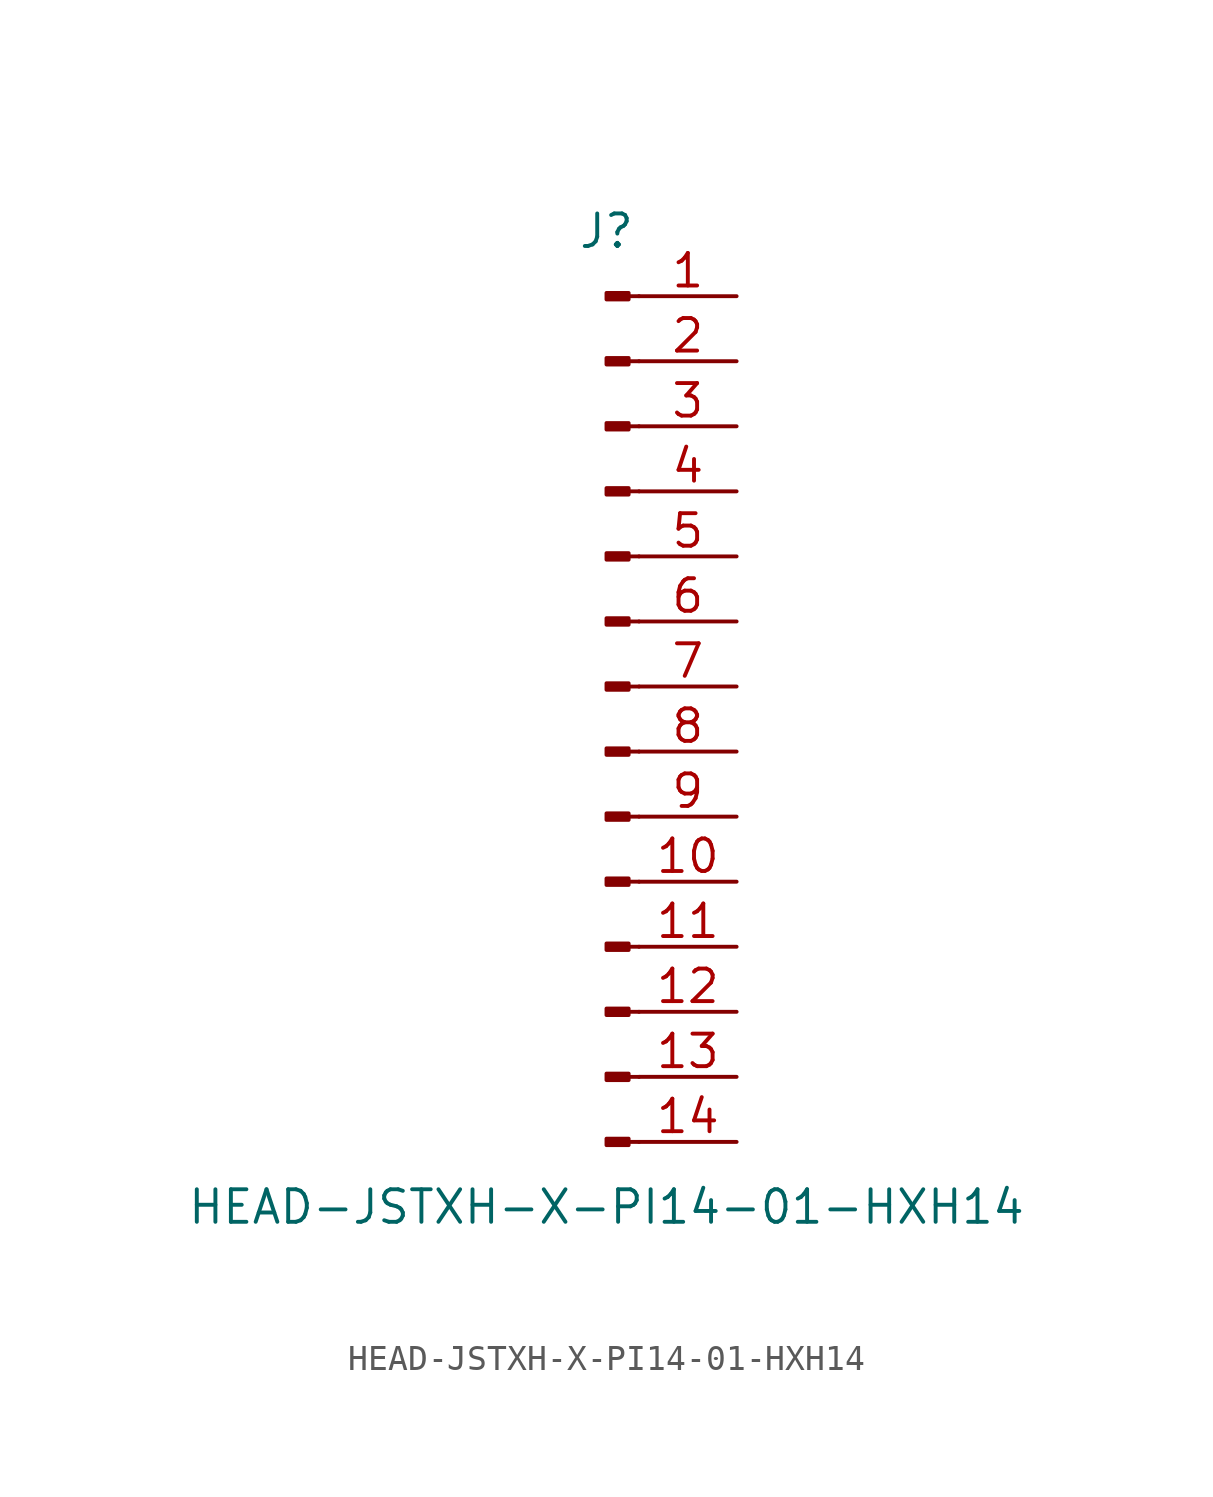
<source format=kicad_sym>
(kicad_symbol_lib
  (version 20211014)
  (generator kicad_symbol_editor)
  (symbol "HEAD-JSTXH-X-PI14-01-HXH14"
    (pin_names
      (offset 1.016) hide)
    (property "Reference" "J"
      (at 0 17.78 0)
      (effects (font (size 1.27 1.27))))
    (property "Value" "HEAD-JSTXH-X-PI14-01-HXH14"
      (at 0 -20.32 0)
      (effects (font (size 1.27 1.27))))
    (symbol "HEAD-JSTXH-X-PI14-01-HXH14_1_1"
      (polyline (pts (xy 1.27 -17.78) (xy 0.864 -17.78)) (stroke (width 0.152) (type default) (color 0 0 0 0)) (fill (type none)))
      (polyline (pts (xy 1.27 -15.24) (xy 0.864 -15.24)) (stroke (width 0.152) (type default) (color 0 0 0 0)) (fill (type none)))
      (polyline (pts (xy 1.27 -12.7) (xy 0.864 -12.7)) (stroke (width 0.152) (type default) (color 0 0 0 0)) (fill (type none)))
      (polyline (pts (xy 1.27 -10.16) (xy 0.864 -10.16)) (stroke (width 0.152) (type default) (color 0 0 0 0)) (fill (type none)))
      (polyline (pts (xy 1.27 -7.62) (xy 0.864 -7.62)) (stroke (width 0.152) (type default) (color 0 0 0 0)) (fill (type none)))
      (polyline (pts (xy 1.27 -5.08) (xy 0.864 -5.08)) (stroke (width 0.152) (type default) (color 0 0 0 0)) (fill (type none)))
      (polyline (pts (xy 1.27 -2.54) (xy 0.864 -2.54)) (stroke (width 0.152) (type default) (color 0 0 0 0)) (fill (type none)))
      (polyline (pts (xy 1.27 0) (xy 0.864 0)) (stroke (width 0.152) (type default) (color 0 0 0 0)) (fill (type none)))
      (polyline (pts (xy 1.27 2.54) (xy 0.864 2.54)) (stroke (width 0.152) (type default) (color 0 0 0 0)) (fill (type none)))
      (polyline (pts (xy 1.27 5.08) (xy 0.864 5.08)) (stroke (width 0.152) (type default) (color 0 0 0 0)) (fill (type none)))
      (polyline (pts (xy 1.27 7.62) (xy 0.864 7.62)) (stroke (width 0.152) (type default) (color 0 0 0 0)) (fill (type none)))
      (polyline (pts (xy 1.27 10.16) (xy 0.864 10.16)) (stroke (width 0.152) (type default) (color 0 0 0 0)) (fill (type none)))
      (polyline (pts (xy 1.27 12.7) (xy 0.864 12.7)) (stroke (width 0.152) (type default) (color 0 0 0 0)) (fill (type none)))
      (polyline (pts (xy 1.27 15.24) (xy 0.864 15.24)) (stroke (width 0.152) (type default) (color 0 0 0 0)) (fill (type none)))
      (rectangle (start 0.864 -17.653) (end 0 -17.907) (stroke (width 0.152) (type default) (color 0 0 0 0)) (fill (type outline)))
      (rectangle (start 0.864 -15.113) (end 0 -15.367) (stroke (width 0.152) (type default) (color 0 0 0 0)) (fill (type outline)))
      (rectangle (start 0.864 -12.573) (end 0 -12.827) (stroke (width 0.152) (type default) (color 0 0 0 0)) (fill (type outline)))
      (rectangle (start 0.864 -10.033) (end 0 -10.287) (stroke (width 0.152) (type default) (color 0 0 0 0)) (fill (type outline)))
      (rectangle (start 0.864 -7.493) (end 0 -7.747) (stroke (width 0.152) (type default) (color 0 0 0 0)) (fill (type outline)))
      (rectangle (start 0.864 -4.953) (end 0 -5.207) (stroke (width 0.152) (type default) (color 0 0 0 0)) (fill (type outline)))
      (rectangle (start 0.864 -2.413) (end 0 -2.667) (stroke (width 0.152) (type default) (color 0 0 0 0)) (fill (type outline)))
      (rectangle (start 0.864 0.127) (end 0 -0.127) (stroke (width 0.152) (type default) (color 0 0 0 0)) (fill (type outline)))
      (rectangle (start 0.864 2.667) (end 0 2.413) (stroke (width 0.152) (type default) (color 0 0 0 0)) (fill (type outline)))
      (rectangle (start 0.864 5.207) (end 0 4.953) (stroke (width 0.152) (type default) (color 0 0 0 0)) (fill (type outline)))
      (rectangle (start 0.864 7.747) (end 0 7.493) (stroke (width 0.152) (type default) (color 0 0 0 0)) (fill (type outline)))
      (rectangle (start 0.864 10.287) (end 0 10.033) (stroke (width 0.152) (type default) (color 0 0 0 0)) (fill (type outline)))
      (rectangle (start 0.864 12.827) (end 0 12.573) (stroke (width 0.152) (type default) (color 0 0 0 0)) (fill (type outline)))
      (rectangle (start 0.864 15.367) (end 0 15.113) (stroke (width 0.152) (type default) (color 0 0 0 0)) (fill (type outline)))
      (pin passive line (at 5.08 15.24 180) (length 3.81) (name "Pin_1" (effects (font (size 1.27 1.27)))) (number "1" (effects (font (size 1.27 1.27)))))
      (pin passive line (at 5.08 -7.62 180) (length 3.81) (name "Pin_10" (effects (font (size 1.27 1.27)))) (number "10" (effects (font (size 1.27 1.27)))))
      (pin passive line (at 5.08 -10.16 180) (length 3.81) (name "Pin_11" (effects (font (size 1.27 1.27)))) (number "11" (effects (font (size 1.27 1.27)))))
      (pin passive line (at 5.08 -12.7 180) (length 3.81) (name "Pin_12" (effects (font (size 1.27 1.27)))) (number "12" (effects (font (size 1.27 1.27)))))
      (pin passive line (at 5.08 -15.24 180) (length 3.81) (name "Pin_13" (effects (font (size 1.27 1.27)))) (number "13" (effects (font (size 1.27 1.27)))))
      (pin passive line (at 5.08 -17.78 180) (length 3.81) (name "Pin_14" (effects (font (size 1.27 1.27)))) (number "14" (effects (font (size 1.27 1.27)))))
      (pin passive line (at 5.08 12.7 180) (length 3.81) (name "Pin_2" (effects (font (size 1.27 1.27)))) (number "2" (effects (font (size 1.27 1.27)))))
      (pin passive line (at 5.08 10.16 180) (length 3.81) (name "Pin_3" (effects (font (size 1.27 1.27)))) (number "3" (effects (font (size 1.27 1.27)))))
      (pin passive line (at 5.08 7.62 180) (length 3.81) (name "Pin_4" (effects (font (size 1.27 1.27)))) (number "4" (effects (font (size 1.27 1.27)))))
      (pin passive line (at 5.08 5.08 180) (length 3.81) (name "Pin_5" (effects (font (size 1.27 1.27)))) (number "5" (effects (font (size 1.27 1.27)))))
      (pin passive line (at 5.08 2.54 180) (length 3.81) (name "Pin_6" (effects (font (size 1.27 1.27)))) (number "6" (effects (font (size 1.27 1.27)))))
      (pin passive line (at 5.08 0 180) (length 3.81) (name "Pin_7" (effects (font (size 1.27 1.27)))) (number "7" (effects (font (size 1.27 1.27)))))
      (pin passive line (at 5.08 -2.54 180) (length 3.81) (name "Pin_8" (effects (font (size 1.27 1.27)))) (number "8" (effects (font (size 1.27 1.27)))))
      (pin passive line (at 5.08 -5.08 180) (length 3.81) (name "Pin_9" (effects (font (size 1.27 1.27)))) (number "9" (effects (font (size 1.27 1.27))))))))
</source>
